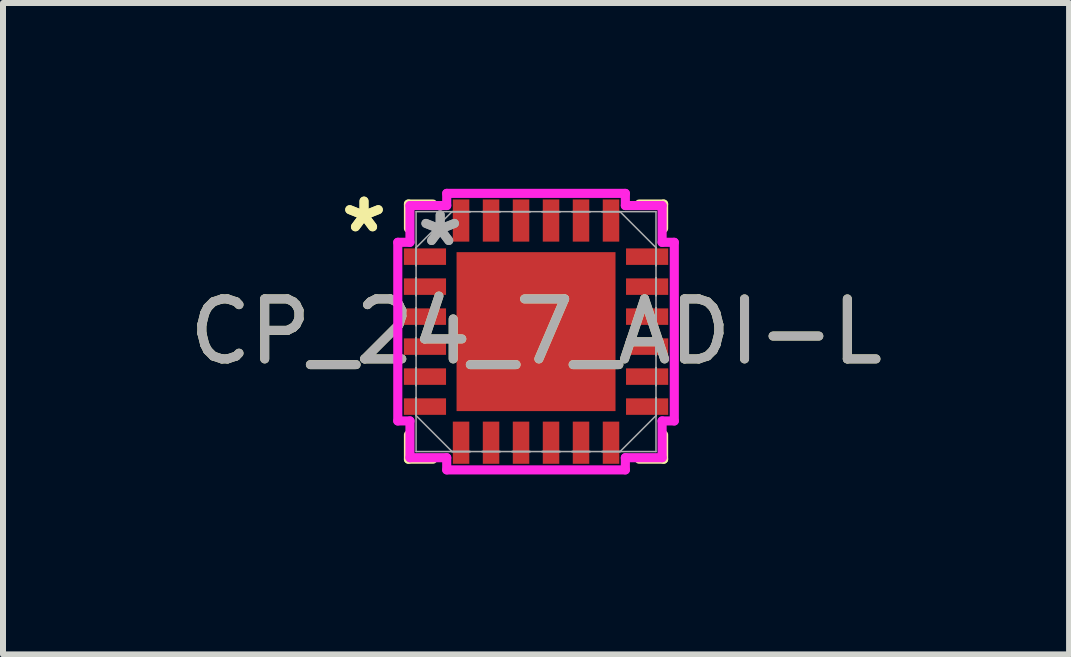
<source format=kicad_pcb>
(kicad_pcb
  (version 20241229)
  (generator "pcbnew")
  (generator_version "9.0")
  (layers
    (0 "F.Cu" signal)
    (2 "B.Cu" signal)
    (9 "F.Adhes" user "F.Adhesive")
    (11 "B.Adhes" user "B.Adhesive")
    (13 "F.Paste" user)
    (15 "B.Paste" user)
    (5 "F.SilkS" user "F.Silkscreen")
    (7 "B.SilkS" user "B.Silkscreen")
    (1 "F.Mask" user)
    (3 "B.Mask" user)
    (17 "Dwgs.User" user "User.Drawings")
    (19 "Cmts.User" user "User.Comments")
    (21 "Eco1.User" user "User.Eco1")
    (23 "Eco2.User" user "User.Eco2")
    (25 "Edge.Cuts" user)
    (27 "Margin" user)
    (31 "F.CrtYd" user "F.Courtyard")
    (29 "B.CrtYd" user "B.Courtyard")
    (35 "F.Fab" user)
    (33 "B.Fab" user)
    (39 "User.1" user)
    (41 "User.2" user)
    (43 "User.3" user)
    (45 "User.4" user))
  (footprint "CP_24_7_ADI-L"
    (layer "F.Cu")
    (at 5.887 2.479)
    (property "Reference" "CP_24_7_ADI-L" (at 0 0 0) (unlocked yes) (layer "F.SilkS") (effects (font (size 1 1) (thickness 0.15))))
    (attr smd)
    (fp_line (start -2.127 -2.127) (end -2.127 -1.72) (stroke (width 0.152) (type solid)) (layer "F.SilkS"))
    (fp_line (start -2.127 1.72) (end -2.127 2.127) (stroke (width 0.152) (type solid)) (layer "F.SilkS"))
    (fp_line (start -2.127 2.127) (end -1.72 2.127) (stroke (width 0.152) (type solid)) (layer "F.SilkS"))
    (fp_line (start -1.72 -2.127) (end -2.127 -2.127) (stroke (width 0.152) (type solid)) (layer "F.SilkS"))
    (fp_line (start 1.72 2.127) (end 2.127 2.127) (stroke (width 0.152) (type solid)) (layer "F.SilkS"))
    (fp_line (start 2.127 -2.127) (end 1.72 -2.127) (stroke (width 0.152) (type solid)) (layer "F.SilkS"))
    (fp_line (start 2.127 -1.72) (end 2.127 -2.127) (stroke (width 0.152) (type solid)) (layer "F.SilkS"))
    (fp_line (start 2.127 2.127) (end 2.127 1.72) (stroke (width 0.152) (type solid)) (layer "F.SilkS"))
    (fp_poly (pts (xy -1.225 -1.225) (xy -1.225 -0.1) (xy -0.1 -0.1) (xy -0.1 -1.225)) (stroke (width 0) (type solid)) (fill yes) (layer "F.Paste"))
    (fp_poly (pts (xy -1.225 0.1) (xy -1.225 1.225) (xy -0.1 1.225) (xy -0.1 0.1)) (stroke (width 0) (type solid)) (fill yes) (layer "F.Paste"))
    (fp_poly (pts (xy 0.1 -1.225) (xy 0.1 -0.1) (xy 1.225 -0.1) (xy 1.225 -1.225)) (stroke (width 0) (type solid)) (fill yes) (layer "F.Paste"))
    (fp_poly (pts (xy 0.1 0.1) (xy 0.1 1.225) (xy 1.225 1.225) (xy 1.225 0.1)) (stroke (width 0) (type solid)) (fill yes) (layer "F.Paste"))
    (fp_line (start -2.305 -1.489) (end -2.102 -1.489) (stroke (width 0.152) (type solid)) (layer "F.CrtYd"))
    (fp_line (start -2.305 1.489) (end -2.305 -1.489) (stroke (width 0.152) (type solid)) (layer "F.CrtYd"))
    (fp_line (start -2.102 -2.102) (end -1.489 -2.102) (stroke (width 0.152) (type solid)) (layer "F.CrtYd"))
    (fp_line (start -2.102 -1.489) (end -2.102 -2.102) (stroke (width 0.152) (type solid)) (layer "F.CrtYd"))
    (fp_line (start -2.102 1.489) (end -2.305 1.489) (stroke (width 0.152) (type solid)) (layer "F.CrtYd"))
    (fp_line (start -2.102 2.102) (end -2.102 1.489) (stroke (width 0.152) (type solid)) (layer "F.CrtYd"))
    (fp_line (start -1.489 -2.305) (end 1.489 -2.305) (stroke (width 0.152) (type solid)) (layer "F.CrtYd"))
    (fp_line (start -1.489 -2.102) (end -1.489 -2.305) (stroke (width 0.152) (type solid)) (layer "F.CrtYd"))
    (fp_line (start -1.489 2.102) (end -2.102 2.102) (stroke (width 0.152) (type solid)) (layer "F.CrtYd"))
    (fp_line (start -1.489 2.305) (end -1.489 2.102) (stroke (width 0.152) (type solid)) (layer "F.CrtYd"))
    (fp_line (start 1.489 -2.305) (end 1.489 -2.102) (stroke (width 0.152) (type solid)) (layer "F.CrtYd"))
    (fp_line (start 1.489 -2.102) (end 2.102 -2.102) (stroke (width 0.152) (type solid)) (layer "F.CrtYd"))
    (fp_line (start 1.489 2.102) (end 1.489 2.305) (stroke (width 0.152) (type solid)) (layer "F.CrtYd"))
    (fp_line (start 1.489 2.305) (end -1.489 2.305) (stroke (width 0.152) (type solid)) (layer "F.CrtYd"))
    (fp_line (start 2.102 -2.102) (end 2.102 -1.489) (stroke (width 0.152) (type solid)) (layer "F.CrtYd"))
    (fp_line (start 2.102 -1.489) (end 2.305 -1.489) (stroke (width 0.152) (type solid)) (layer "F.CrtYd"))
    (fp_line (start 2.102 1.489) (end 2.102 2.102) (stroke (width 0.152) (type solid)) (layer "F.CrtYd"))
    (fp_line (start 2.102 2.102) (end 1.489 2.102) (stroke (width 0.152) (type solid)) (layer "F.CrtYd"))
    (fp_line (start 2.305 -1.489) (end 2.305 1.489) (stroke (width 0.152) (type solid)) (layer "F.CrtYd"))
    (fp_line (start 2.305 1.489) (end 2.102 1.489) (stroke (width 0.152) (type solid)) (layer "F.CrtYd"))
    (fp_line (start -2 -2) (end -2 2) (stroke (width 0.025) (type solid)) (layer "F.Fab"))
    (fp_line (start -2 -1.4) (end -2 -1.4) (stroke (width 0.025) (type solid)) (layer "F.Fab"))
    (fp_line (start -2 -1.4) (end -2 -1.1) (stroke (width 0.025) (type solid)) (layer "F.Fab"))
    (fp_line (start -2 -1.4) (end -1.4 -2) (stroke (width 0.025) (type solid)) (layer "F.Fab"))
    (fp_line (start -2 -1.1) (end -2 -1.4) (stroke (width 0.025) (type solid)) (layer "F.Fab"))
    (fp_line (start -2 -1.1) (end -2 -1.1) (stroke (width 0.025) (type solid)) (layer "F.Fab"))
    (fp_line (start -2 -0.9) (end -2 -0.9) (stroke (width 0.025) (type solid)) (layer "F.Fab"))
    (fp_line (start -2 -0.9) (end -2 -0.6) (stroke (width 0.025) (type solid)) (layer "F.Fab"))
    (fp_line (start -2 -0.6) (end -2 -0.9) (stroke (width 0.025) (type solid)) (layer "F.Fab"))
    (fp_line (start -2 -0.6) (end -2 -0.6) (stroke (width 0.025) (type solid)) (layer "F.Fab"))
    (fp_line (start -2 -0.4) (end -2 -0.4) (stroke (width 0.025) (type solid)) (layer "F.Fab"))
    (fp_line (start -2 -0.4) (end -2 -0.1) (stroke (width 0.025) (type solid)) (layer "F.Fab"))
    (fp_line (start -2 -0.1) (end -2 -0.4) (stroke (width 0.025) (type solid)) (layer "F.Fab"))
    (fp_line (start -2 -0.1) (end -2 -0.1) (stroke (width 0.025) (type solid)) (layer "F.Fab"))
    (fp_line (start -2 0.1) (end -2 0.1) (stroke (width 0.025) (type solid)) (layer "F.Fab"))
    (fp_line (start -2 0.1) (end -2 0.4) (stroke (width 0.025) (type solid)) (layer "F.Fab"))
    (fp_line (start -2 0.4) (end -2 0.1) (stroke (width 0.025) (type solid)) (layer "F.Fab"))
    (fp_line (start -2 0.4) (end -2 0.4) (stroke (width 0.025) (type solid)) (layer "F.Fab"))
    (fp_line (start -2 0.6) (end -2 0.6) (stroke (width 0.025) (type solid)) (layer "F.Fab"))
    (fp_line (start -2 0.6) (end -2 0.9) (stroke (width 0.025) (type solid)) (layer "F.Fab"))
    (fp_line (start -2 0.9) (end -2 0.6) (stroke (width 0.025) (type solid)) (layer "F.Fab"))
    (fp_line (start -2 0.9) (end -2 0.9) (stroke (width 0.025) (type solid)) (layer "F.Fab"))
    (fp_line (start -2 1.1) (end -2 1.1) (stroke (width 0.025) (type solid)) (layer "F.Fab"))
    (fp_line (start -2 1.1) (end -2 1.4) (stroke (width 0.025) (type solid)) (layer "F.Fab"))
    (fp_line (start -2 1.4) (end -2 1.1) (stroke (width 0.025) (type solid)) (layer "F.Fab"))
    (fp_line (start -2 1.4) (end -2 1.4) (stroke (width 0.025) (type solid)) (layer "F.Fab"))
    (fp_line (start -2 2) (end 2 2) (stroke (width 0.025) (type solid)) (layer "F.Fab"))
    (fp_line (start -1.4 -2) (end -1.4 -2) (stroke (width 0.025) (type solid)) (layer "F.Fab"))
    (fp_line (start -1.4 -2) (end -1.1 -2) (stroke (width 0.025) (type solid)) (layer "F.Fab"))
    (fp_line (start -1.4 2) (end -2 1.4) (stroke (width 0.025) (type solid)) (layer "F.Fab"))
    (fp_line (start -1.4 2) (end -1.4 2) (stroke (width 0.025) (type solid)) (layer "F.Fab"))
    (fp_line (start -1.4 2) (end -1.1 2) (stroke (width 0.025) (type solid)) (layer "F.Fab"))
    (fp_line (start -1.1 -2) (end -1.4 -2) (stroke (width 0.025) (type solid)) (layer "F.Fab"))
    (fp_line (start -1.1 -2) (end -1.1 -2) (stroke (width 0.025) (type solid)) (layer "F.Fab"))
    (fp_line (start -1.1 2) (end -1.4 2) (stroke (width 0.025) (type solid)) (layer "F.Fab"))
    (fp_line (start -1.1 2) (end -1.1 2) (stroke (width 0.025) (type solid)) (layer "F.Fab"))
    (fp_line (start -0.9 -2) (end -0.9 -2) (stroke (width 0.025) (type solid)) (layer "F.Fab"))
    (fp_line (start -0.9 -2) (end -0.6 -2) (stroke (width 0.025) (type solid)) (layer "F.Fab"))
    (fp_line (start -0.9 2) (end -0.9 2) (stroke (width 0.025) (type solid)) (layer "F.Fab"))
    (fp_line (start -0.9 2) (end -0.6 2) (stroke (width 0.025) (type solid)) (layer "F.Fab"))
    (fp_line (start -0.6 -2) (end -0.9 -2) (stroke (width 0.025) (type solid)) (layer "F.Fab"))
    (fp_line (start -0.6 -2) (end -0.6 -2) (stroke (width 0.025) (type solid)) (layer "F.Fab"))
    (fp_line (start -0.6 2) (end -0.9 2) (stroke (width 0.025) (type solid)) (layer "F.Fab"))
    (fp_line (start -0.6 2) (end -0.6 2) (stroke (width 0.025) (type solid)) (layer "F.Fab"))
    (fp_line (start -0.4 -2) (end -0.4 -2) (stroke (width 0.025) (type solid)) (layer "F.Fab"))
    (fp_line (start -0.4 -2) (end -0.1 -2) (stroke (width 0.025) (type solid)) (layer "F.Fab"))
    (fp_line (start -0.4 2) (end -0.4 2) (stroke (width 0.025) (type solid)) (layer "F.Fab"))
    (fp_line (start -0.4 2) (end -0.1 2) (stroke (width 0.025) (type solid)) (layer "F.Fab"))
    (fp_line (start -0.1 -2) (end -0.4 -2) (stroke (width 0.025) (type solid)) (layer "F.Fab"))
    (fp_line (start -0.1 -2) (end -0.1 -2) (stroke (width 0.025) (type solid)) (layer "F.Fab"))
    (fp_line (start -0.1 2) (end -0.4 2) (stroke (width 0.025) (type solid)) (layer "F.Fab"))
    (fp_line (start -0.1 2) (end -0.1 2) (stroke (width 0.025) (type solid)) (layer "F.Fab"))
    (fp_line (start 0.1 -2) (end 0.1 -2) (stroke (width 0.025) (type solid)) (layer "F.Fab"))
    (fp_line (start 0.1 -2) (end 0.4 -2) (stroke (width 0.025) (type solid)) (layer "F.Fab"))
    (fp_line (start 0.1 2) (end 0.1 2) (stroke (width 0.025) (type solid)) (layer "F.Fab"))
    (fp_line (start 0.1 2) (end 0.4 2) (stroke (width 0.025) (type solid)) (layer "F.Fab"))
    (fp_line (start 0.4 -2) (end 0.1 -2) (stroke (width 0.025) (type solid)) (layer "F.Fab"))
    (fp_line (start 0.4 -2) (end 0.4 -2) (stroke (width 0.025) (type solid)) (layer "F.Fab"))
    (fp_line (start 0.4 2) (end 0.1 2) (stroke (width 0.025) (type solid)) (layer "F.Fab"))
    (fp_line (start 0.4 2) (end 0.4 2) (stroke (width 0.025) (type solid)) (layer "F.Fab"))
    (fp_line (start 0.6 -2) (end 0.6 -2) (stroke (width 0.025) (type solid)) (layer "F.Fab"))
    (fp_line (start 0.6 -2) (end 0.9 -2) (stroke (width 0.025) (type solid)) (layer "F.Fab"))
    (fp_line (start 0.6 2) (end 0.6 2) (stroke (width 0.025) (type solid)) (layer "F.Fab"))
    (fp_line (start 0.6 2) (end 0.9 2) (stroke (width 0.025) (type solid)) (layer "F.Fab"))
    (fp_line (start 0.9 -2) (end 0.6 -2) (stroke (width 0.025) (type solid)) (layer "F.Fab"))
    (fp_line (start 0.9 -2) (end 0.9 -2) (stroke (width 0.025) (type solid)) (layer "F.Fab"))
    (fp_line (start 0.9 2) (end 0.6 2) (stroke (width 0.025) (type solid)) (layer "F.Fab"))
    (fp_line (start 0.9 2) (end 0.9 2) (stroke (width 0.025) (type solid)) (layer "F.Fab"))
    (fp_line (start 1.1 -2) (end 1.1 -2) (stroke (width 0.025) (type solid)) (layer "F.Fab"))
    (fp_line (start 1.1 -2) (end 1.4 -2) (stroke (width 0.025) (type solid)) (layer "F.Fab"))
    (fp_line (start 1.1 2) (end 1.1 2) (stroke (width 0.025) (type solid)) (layer "F.Fab"))
    (fp_line (start 1.1 2) (end 1.4 2) (stroke (width 0.025) (type solid)) (layer "F.Fab"))
    (fp_line (start 1.4 -2) (end 1.1 -2) (stroke (width 0.025) (type solid)) (layer "F.Fab"))
    (fp_line (start 1.4 -2) (end 1.4 -2) (stroke (width 0.025) (type solid)) (layer "F.Fab"))
    (fp_line (start 1.4 -2) (end 2 -1.4) (stroke (width 0.025) (type solid)) (layer "F.Fab"))
    (fp_line (start 1.4 2) (end 1.1 2) (stroke (width 0.025) (type solid)) (layer "F.Fab"))
    (fp_line (start 1.4 2) (end 1.4 2) (stroke (width 0.025) (type solid)) (layer "F.Fab"))
    (fp_line (start 1.4 2) (end 2 1.4) (stroke (width 0.025) (type solid)) (layer "F.Fab"))
    (fp_line (start 2 -2) (end -2 -2) (stroke (width 0.025) (type solid)) (layer "F.Fab"))
    (fp_line (start 2 -1.4) (end 2 -1.4) (stroke (width 0.025) (type solid)) (layer "F.Fab"))
    (fp_line (start 2 -1.4) (end 2 -1.1) (stroke (width 0.025) (type solid)) (layer "F.Fab"))
    (fp_line (start 2 -1.1) (end 2 -1.4) (stroke (width 0.025) (type solid)) (layer "F.Fab"))
    (fp_line (start 2 -1.1) (end 2 -1.1) (stroke (width 0.025) (type solid)) (layer "F.Fab"))
    (fp_line (start 2 -0.9) (end 2 -0.9) (stroke (width 0.025) (type solid)) (layer "F.Fab"))
    (fp_line (start 2 -0.9) (end 2 -0.6) (stroke (width 0.025) (type solid)) (layer "F.Fab"))
    (fp_line (start 2 -0.6) (end 2 -0.9) (stroke (width 0.025) (type solid)) (layer "F.Fab"))
    (fp_line (start 2 -0.6) (end 2 -0.6) (stroke (width 0.025) (type solid)) (layer "F.Fab"))
    (fp_line (start 2 -0.4) (end 2 -0.4) (stroke (width 0.025) (type solid)) (layer "F.Fab"))
    (fp_line (start 2 -0.4) (end 2 -0.1) (stroke (width 0.025) (type solid)) (layer "F.Fab"))
    (fp_line (start 2 -0.1) (end 2 -0.4) (stroke (width 0.025) (type solid)) (layer "F.Fab"))
    (fp_line (start 2 -0.1) (end 2 -0.1) (stroke (width 0.025) (type solid)) (layer "F.Fab"))
    (fp_line (start 2 0.1) (end 2 0.1) (stroke (width 0.025) (type solid)) (layer "F.Fab"))
    (fp_line (start 2 0.1) (end 2 0.4) (stroke (width 0.025) (type solid)) (layer "F.Fab"))
    (fp_line (start 2 0.4) (end 2 0.1) (stroke (width 0.025) (type solid)) (layer "F.Fab"))
    (fp_line (start 2 0.4) (end 2 0.4) (stroke (width 0.025) (type solid)) (layer "F.Fab"))
    (fp_line (start 2 0.6) (end 2 0.6) (stroke (width 0.025) (type solid)) (layer "F.Fab"))
    (fp_line (start 2 0.6) (end 2 0.9) (stroke (width 0.025) (type solid)) (layer "F.Fab"))
    (fp_line (start 2 0.9) (end 2 0.6) (stroke (width 0.025) (type solid)) (layer "F.Fab"))
    (fp_line (start 2 0.9) (end 2 0.9) (stroke (width 0.025) (type solid)) (layer "F.Fab"))
    (fp_line (start 2 1.1) (end 2 1.1) (stroke (width 0.025) (type solid)) (layer "F.Fab"))
    (fp_line (start 2 1.1) (end 2 1.4) (stroke (width 0.025) (type solid)) (layer "F.Fab"))
    (fp_line (start 2 1.4) (end 2 1.1) (stroke (width 0.025) (type solid)) (layer "F.Fab"))
    (fp_line (start 2 1.4) (end 2 1.4) (stroke (width 0.025) (type solid)) (layer "F.Fab"))
    (fp_line (start 2 2) (end 2 -2) (stroke (width 0.025) (type solid)) (layer "F.Fab"))
    (fp_text user "*" (at -2.868 -1.631 0) (unlocked yes) (layer "F.SilkS") (effects (font (size 1 1) (thickness 0.15))))
    (fp_text user "*" (at -2.868 -1.631 0) (layer "F.SilkS") (effects (font (size 1 1) (thickness 0.15))))
    (fp_text user "${REFERENCE}" (at 0 0 0) (unlocked yes) (layer "F.Fab") (effects (font (size 1 1) (thickness 0.15))))
    (fp_text user "*" (at -1.598 -1.402 0) (unlocked yes) (layer "F.Fab") (effects (font (size 1 1) (thickness 0.15))))
    (fp_text user "*" (at -1.598 -1.402 0) (layer "F.Fab") (effects (font (size 1 1) (thickness 0.15))))
    (pad "1" smd rect (at 1.25 -1.852) (size 0.275 0.703) (layers "F.Cu" "F.Mask" "F.Paste"))
    (pad "2" smd rect (at 0.75 -1.852) (size 0.275 0.703) (layers "F.Cu" "F.Mask" "F.Paste"))
    (pad "3" smd rect (at 0.25 -1.852) (size 0.275 0.703) (layers "F.Cu" "F.Mask" "F.Paste"))
    (pad "4" smd rect (at -0.25 -1.852) (size 0.275 0.703) (layers "F.Cu" "F.Mask" "F.Paste"))
    (pad "5" smd rect (at -0.75 -1.852) (size 0.275 0.703) (layers "F.Cu" "F.Mask" "F.Paste"))
    (pad "6" smd rect (at -1.25 -1.852) (size 0.275 0.703) (layers "F.Cu" "F.Mask" "F.Paste"))
    (pad "7" smd rect (at -1.852 -1.25 90) (size 0.275 0.703) (layers "F.Cu" "F.Mask" "F.Paste"))
    (pad "8" smd rect (at -1.852 -0.75 90) (size 0.275 0.703) (layers "F.Cu" "F.Mask" "F.Paste"))
    (pad "9" smd rect (at -1.852 -0.25 90) (size 0.275 0.703) (layers "F.Cu" "F.Mask" "F.Paste"))
    (pad "10" smd rect (at -1.852 0.25 90) (size 0.275 0.703) (layers "F.Cu" "F.Mask" "F.Paste"))
    (pad "11" smd rect (at -1.852 0.75 90) (size 0.275 0.703) (layers "F.Cu" "F.Mask" "F.Paste"))
    (pad "12" smd rect (at -1.852 1.25 90) (size 0.275 0.703) (layers "F.Cu" "F.Mask" "F.Paste"))
    (pad "13" smd rect (at -1.25 1.852) (size 0.275 0.703) (layers "F.Cu" "F.Mask" "F.Paste"))
    (pad "14" smd rect (at -0.75 1.852) (size 0.275 0.703) (layers "F.Cu" "F.Mask" "F.Paste"))
    (pad "15" smd rect (at -0.25 1.852) (size 0.275 0.703) (layers "F.Cu" "F.Mask" "F.Paste"))
    (pad "16" smd rect (at 0.25 1.852) (size 0.275 0.703) (layers "F.Cu" "F.Mask" "F.Paste"))
    (pad "17" smd rect (at 0.75 1.852) (size 0.275 0.703) (layers "F.Cu" "F.Mask" "F.Paste"))
    (pad "18" smd rect (at 1.25 1.852) (size 0.275 0.703) (layers "F.Cu" "F.Mask" "F.Paste"))
    (pad "19" smd rect (at 1.852 1.25 90) (size 0.275 0.703) (layers "F.Cu" "F.Mask" "F.Paste"))
    (pad "20" smd rect (at 1.852 0.75 90) (size 0.275 0.703) (layers "F.Cu" "F.Mask" "F.Paste"))
    (pad "21" smd rect (at 1.852 0.25 90) (size 0.275 0.703) (layers "F.Cu" "F.Mask" "F.Paste"))
    (pad "22" smd rect (at 1.852 -0.25 90) (size 0.275 0.703) (layers "F.Cu" "F.Mask" "F.Paste"))
    (pad "23" smd rect (at 1.852 -0.75 90) (size 0.275 0.703) (layers "F.Cu" "F.Mask" "F.Paste"))
    (pad "24" smd rect (at 1.852 -1.25 90) (size 0.275 0.703) (layers "F.Cu" "F.Mask" "F.Paste"))
    (pad "HTAB" smd rect (at 0 0) (size 2.65 2.65) (layers "F.Cu" "F.Mask" "F.Paste")))
  (gr_rect
    (start -3 -3)
    (end 14.774 7.86)
    (stroke (width 0.1) (type default))
    (fill no)
    (layer "Edge.Cuts")))
</source>
